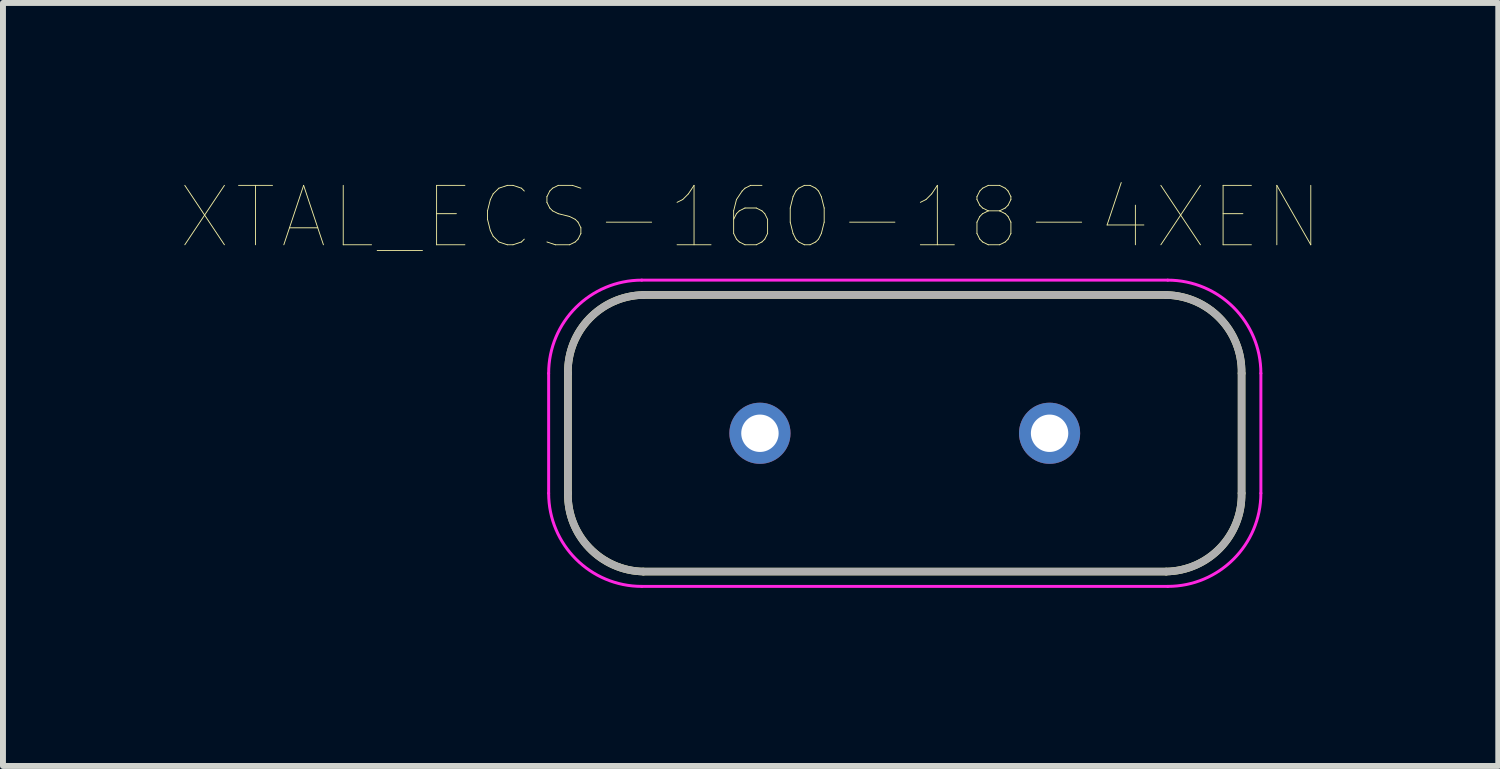
<source format=kicad_pcb>
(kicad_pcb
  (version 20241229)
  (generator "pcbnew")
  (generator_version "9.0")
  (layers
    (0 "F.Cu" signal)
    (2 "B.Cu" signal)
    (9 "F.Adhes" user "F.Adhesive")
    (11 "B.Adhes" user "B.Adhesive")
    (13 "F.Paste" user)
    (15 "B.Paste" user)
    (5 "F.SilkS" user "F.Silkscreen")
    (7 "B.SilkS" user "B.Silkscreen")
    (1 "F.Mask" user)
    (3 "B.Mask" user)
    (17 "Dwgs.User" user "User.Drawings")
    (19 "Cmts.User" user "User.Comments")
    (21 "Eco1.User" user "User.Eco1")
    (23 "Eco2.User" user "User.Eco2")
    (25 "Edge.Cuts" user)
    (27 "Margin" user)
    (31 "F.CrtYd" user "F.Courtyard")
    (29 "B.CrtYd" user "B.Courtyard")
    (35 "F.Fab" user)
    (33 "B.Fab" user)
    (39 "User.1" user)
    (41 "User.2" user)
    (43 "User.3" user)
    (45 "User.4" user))
  (footprint "XTAL_ECS-160-18-4XEN"
    (layer "F.Cu")
    (at 12.194 4.25)
    (property "Reference" "XTAL_ECS-160-18-4XEN" (at -2.597 -3.638 0) (layer "F.SilkS") (effects (font (size 1.001 1.001) (thickness 0.015))))
    (attr through_hole)
    (fp_line (start -5.675 1.01) (end -5.675 -1.01) (stroke (width 0.127) (type solid)) (layer "F.SilkS"))
    (fp_line (start -4.405 -2.33) (end 4.405 -2.33) (stroke (width 0.127) (type solid)) (layer "F.SilkS"))
    (fp_line (start 4.405 2.33) (end -4.405 2.33) (stroke (width 0.127) (type solid)) (layer "F.SilkS"))
    (fp_line (start 5.675 -1.01) (end 5.675 1.01) (stroke (width 0.127) (type solid)) (layer "F.SilkS"))
    (fp_arc (start -5.675 -1.01) (mid -5.313381 -1.933026) (end -4.405 -2.33) (stroke (width 0.127) (type solid)) (layer "F.SilkS"))
    (fp_arc (start -4.405 2.33) (mid -5.313381 1.933026) (end -5.675 1.01) (stroke (width 0.127) (type solid)) (layer "F.SilkS"))
    (fp_arc (start 4.405 -2.33) (mid 5.313381 -1.933026) (end 5.675 -1.01) (stroke (width 0.127) (type solid)) (layer "F.SilkS"))
    (fp_arc (start 5.675 1.01) (mid 5.313381 1.933026) (end 4.405 2.33) (stroke (width 0.127) (type solid)) (layer "F.SilkS"))
    (fp_line (start -6 1.01) (end -6 -1.01) (stroke (width 0.05) (type solid)) (layer "F.CrtYd"))
    (fp_line (start -4.43 -2.58) (end 4.43 -2.58) (stroke (width 0.05) (type solid)) (layer "F.CrtYd"))
    (fp_line (start 4.43 2.58) (end -4.43 2.58) (stroke (width 0.05) (type solid)) (layer "F.CrtYd"))
    (fp_line (start 6 -1.01) (end 6 1.01) (stroke (width 0.05) (type solid)) (layer "F.CrtYd"))
    (fp_arc (start -6 -1.01) (mid -5.540158 -2.120158) (end -4.43 -2.58) (stroke (width 0.05) (type solid)) (layer "F.CrtYd"))
    (fp_arc (start -4.43 2.58) (mid -5.540158 2.120158) (end -6 1.01) (stroke (width 0.05) (type solid)) (layer "F.CrtYd"))
    (fp_arc (start 4.43 -2.58) (mid 5.540158 -2.120158) (end 6 -1.01) (stroke (width 0.05) (type solid)) (layer "F.CrtYd"))
    (fp_arc (start 6 1.01) (mid 5.540158 2.120158) (end 4.43 2.58) (stroke (width 0.05) (type solid)) (layer "F.CrtYd"))
    (fp_line (start -5.675 1.01) (end -5.675 -1.01) (stroke (width 0.127) (type solid)) (layer "F.Fab"))
    (fp_line (start -4.405 -2.33) (end 4.405 -2.33) (stroke (width 0.127) (type solid)) (layer "F.Fab"))
    (fp_line (start 4.405 2.33) (end -4.405 2.33) (stroke (width 0.127) (type solid)) (layer "F.Fab"))
    (fp_line (start 5.675 -1.01) (end 5.675 1.01) (stroke (width 0.127) (type solid)) (layer "F.Fab"))
    (fp_arc (start -5.675 -1.01) (mid -5.313381 -1.933026) (end -4.405 -2.33) (stroke (width 0.127) (type solid)) (layer "F.Fab"))
    (fp_arc (start -4.405 2.33) (mid -5.313381 1.933026) (end -5.675 1.01) (stroke (width 0.127) (type solid)) (layer "F.Fab"))
    (fp_arc (start 4.405 -2.33) (mid 5.313381 -1.933026) (end 5.675 -1.01) (stroke (width 0.127) (type solid)) (layer "F.Fab"))
    (fp_arc (start 5.675 1.01) (mid 5.313381 1.933026) (end 4.405 2.33) (stroke (width 0.127) (type solid)) (layer "F.Fab"))
    (pad "1" thru_hole circle (at -2.44 0) (size 1.03 1.03) (drill 0.63) (layers "*.Cu" "*.Mask"))
    (pad "2" thru_hole circle (at 2.44 0) (size 1.03 1.03) (drill 0.63) (layers "*.Cu" "*.Mask")))
  (gr_rect
    (start -3 -3)
    (end 22.194 9.855)
    (stroke (width 0.1) (type default))
    (fill no)
    (layer "Edge.Cuts")))
</source>
